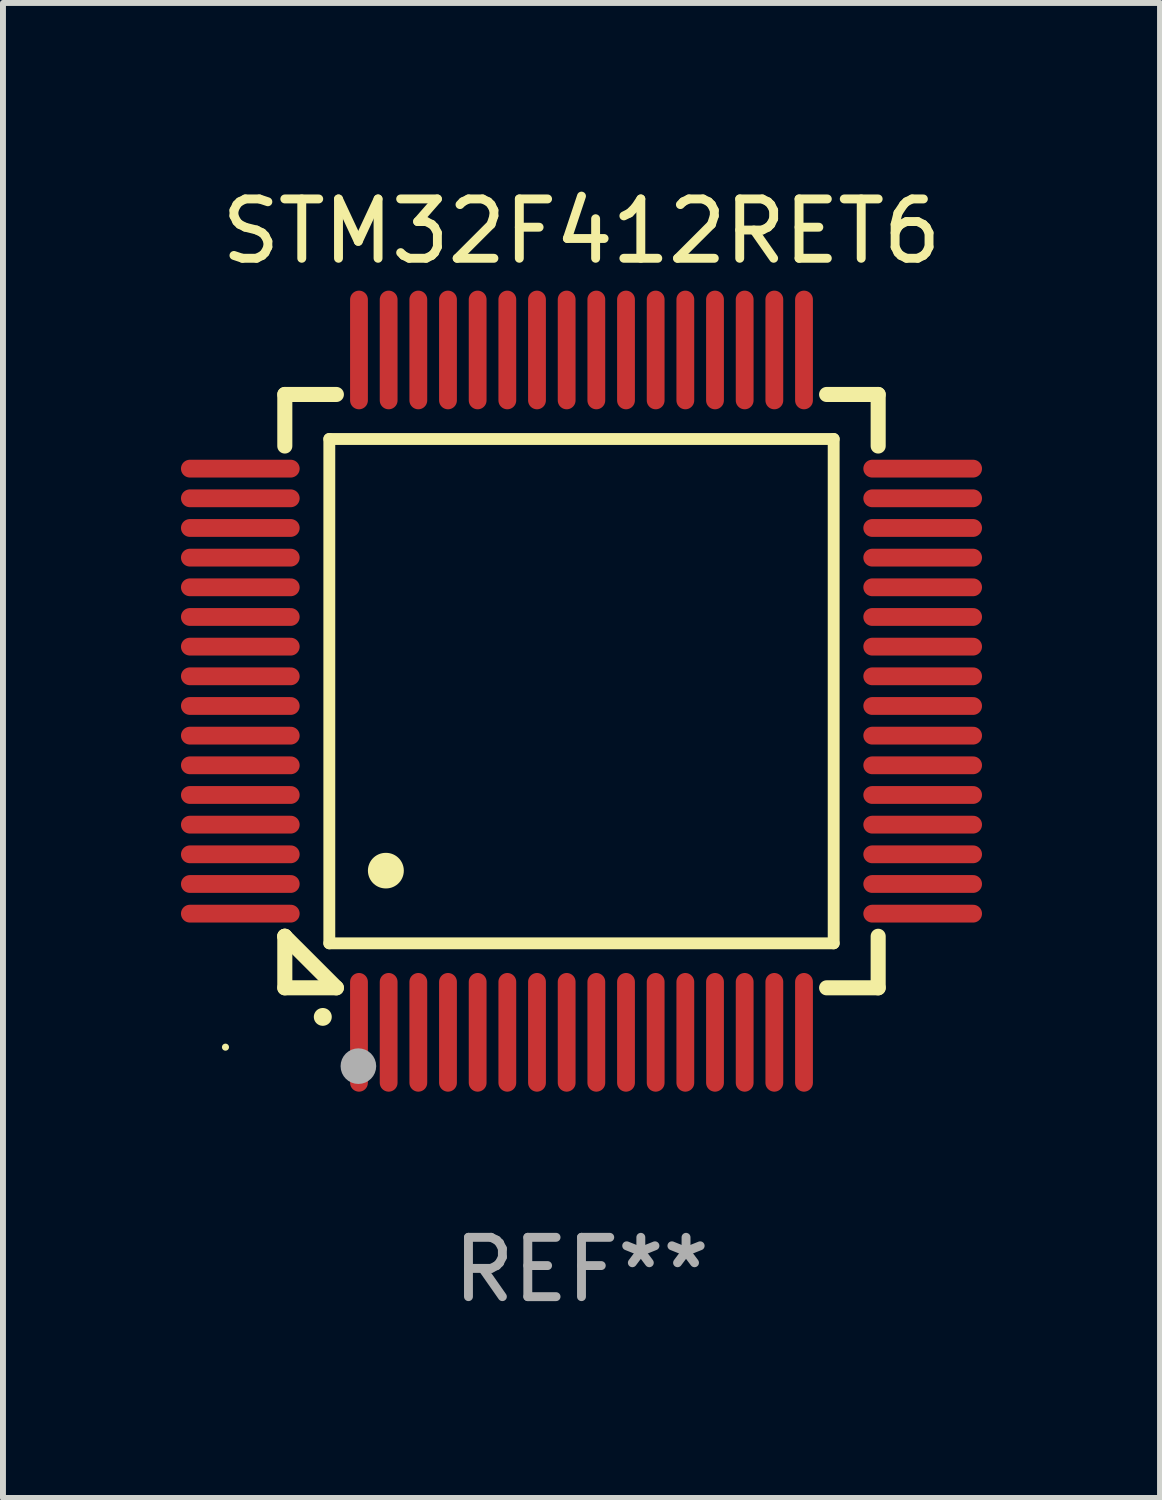
<source format=kicad_pcb>
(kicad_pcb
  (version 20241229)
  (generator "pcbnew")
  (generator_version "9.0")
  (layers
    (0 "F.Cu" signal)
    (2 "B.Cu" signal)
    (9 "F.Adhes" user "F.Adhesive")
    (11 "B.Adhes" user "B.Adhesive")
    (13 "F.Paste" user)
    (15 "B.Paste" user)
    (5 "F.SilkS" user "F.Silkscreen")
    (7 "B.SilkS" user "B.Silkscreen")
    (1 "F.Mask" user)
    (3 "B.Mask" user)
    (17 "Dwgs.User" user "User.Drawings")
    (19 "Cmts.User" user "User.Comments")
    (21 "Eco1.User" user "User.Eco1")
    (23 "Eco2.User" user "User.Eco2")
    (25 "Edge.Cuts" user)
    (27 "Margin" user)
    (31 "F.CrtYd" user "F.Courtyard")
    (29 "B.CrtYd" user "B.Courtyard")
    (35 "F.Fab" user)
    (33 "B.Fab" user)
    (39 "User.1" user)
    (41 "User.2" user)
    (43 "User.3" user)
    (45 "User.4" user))
  (footprint "STM32F412RET6"
    (layer "F.Cu")
    (at 6.75 8.598)
    (property "Reference" "STM32F412RET6" (at 0 -7.75 0) (layer "F.SilkS") (effects (font (size 1 1) (thickness 0.15))))
    (attr through_hole)
    (fp_line (start -5 -5) (end -4.131 -5) (stroke (width 0.254) (type solid)) (layer "F.SilkS"))
    (fp_line (start -5 -4.131) (end -5 -5) (stroke (width 0.254) (type solid)) (layer "F.SilkS"))
    (fp_line (start -5 4.131) (end -5 4.131) (stroke (width 0.254) (type solid)) (layer "F.SilkS"))
    (fp_line (start -5 5) (end -5 4.131) (stroke (width 0.254) (type solid)) (layer "F.SilkS"))
    (fp_line (start -5 4.131) (end -4.131 5) (stroke (width 0.254) (type solid)) (layer "F.SilkS"))
    (fp_line (start -4.25 -4.25) (end -4.25 4.25) (stroke (width 0.2) (type solid)) (layer "F.SilkS"))
    (fp_line (start -4.25 4.25) (end 4.25 4.25) (stroke (width 0.2) (type solid)) (layer "F.SilkS"))
    (fp_line (start -4.131 5) (end -5 5) (stroke (width 0.254) (type solid)) (layer "F.SilkS"))
    (fp_line (start 4.25 -4.25) (end -4.25 -4.25) (stroke (width 0.2) (type solid)) (layer "F.SilkS"))
    (fp_line (start 4.25 4.25) (end 4.25 -4.25) (stroke (width 0.2) (type solid)) (layer "F.SilkS"))
    (fp_line (start 5 -5) (end 4.131 -5) (stroke (width 0.254) (type solid)) (layer "F.SilkS"))
    (fp_line (start 5 -5) (end 5 -4.131) (stroke (width 0.254) (type solid)) (layer "F.SilkS"))
    (fp_line (start 5 4.131) (end 5 5) (stroke (width 0.254) (type solid)) (layer "F.SilkS"))
    (fp_line (start 5 5) (end 4.131 5) (stroke (width 0.254) (type solid)) (layer "F.SilkS"))
    (fp_arc (start -4.361265 5.489992) (mid -4.359995 5.489987) (end -4.358725 5.489992) (stroke (width 0.3) (type solid)) (layer "F.SilkS"))
    (fp_arc (start -3.299467 3.025146) (mid -3.296927 3.025135) (end -3.294387 3.025146) (stroke (width 0.6) (type solid)) (layer "F.SilkS"))
    (fp_circle (center -6 6) (end -5.97 6) (stroke (width 0.06) (type solid)) (fill no) (layer "F.SilkS"))
    (fp_circle (center -3.76 6.32) (end -3.61 6.32) (stroke (width 0.3) (type solid)) (fill no) (layer "F.Fab"))
    (fp_text user "REF**" (at 0 9.75 0) (layer "F.Fab") (effects (font (size 1 1) (thickness 0.15))))
    (pad "1" smd oval (at -3.75 5.75) (size 0.3 2) (layers "F.Cu" "F.Mask" "F.Paste"))
    (pad "2" smd oval (at -3.25 5.75) (size 0.3 2) (layers "F.Cu" "F.Mask" "F.Paste"))
    (pad "3" smd oval (at -2.75 5.75) (size 0.3 2) (layers "F.Cu" "F.Mask" "F.Paste"))
    (pad "4" smd oval (at -2.25 5.75) (size 0.3 2) (layers "F.Cu" "F.Mask" "F.Paste"))
    (pad "5" smd oval (at -1.75 5.75) (size 0.3 2) (layers "F.Cu" "F.Mask" "F.Paste"))
    (pad "6" smd oval (at -1.25 5.75) (size 0.3 2) (layers "F.Cu" "F.Mask" "F.Paste"))
    (pad "7" smd oval (at -0.75 5.75) (size 0.3 2) (layers "F.Cu" "F.Mask" "F.Paste"))
    (pad "8" smd oval (at -0.25 5.75) (size 0.3 2) (layers "F.Cu" "F.Mask" "F.Paste"))
    (pad "9" smd oval (at 0.25 5.75) (size 0.3 2) (layers "F.Cu" "F.Mask" "F.Paste"))
    (pad "10" smd oval (at 0.75 5.75) (size 0.3 2) (layers "F.Cu" "F.Mask" "F.Paste"))
    (pad "11" smd oval (at 1.25 5.75) (size 0.3 2) (layers "F.Cu" "F.Mask" "F.Paste"))
    (pad "12" smd oval (at 1.75 5.75) (size 0.3 2) (layers "F.Cu" "F.Mask" "F.Paste"))
    (pad "13" smd oval (at 2.25 5.75) (size 0.3 2) (layers "F.Cu" "F.Mask" "F.Paste"))
    (pad "14" smd oval (at 2.75 5.75) (size 0.3 2) (layers "F.Cu" "F.Mask" "F.Paste"))
    (pad "15" smd oval (at 3.25 5.75) (size 0.3 2) (layers "F.Cu" "F.Mask" "F.Paste"))
    (pad "16" smd oval (at 3.75 5.75) (size 0.3 2) (layers "F.Cu" "F.Mask" "F.Paste"))
    (pad "17" smd oval (at 5.75 3.75) (size 2 0.3) (layers "F.Cu" "F.Mask" "F.Paste"))
    (pad "18" smd oval (at 5.75 3.25) (size 2 0.3) (layers "F.Cu" "F.Mask" "F.Paste"))
    (pad "19" smd oval (at 5.75 2.75) (size 2 0.3) (layers "F.Cu" "F.Mask" "F.Paste"))
    (pad "20" smd oval (at 5.75 2.25) (size 2 0.3) (layers "F.Cu" "F.Mask" "F.Paste"))
    (pad "21" smd oval (at 5.75 1.75) (size 2 0.3) (layers "F.Cu" "F.Mask" "F.Paste"))
    (pad "22" smd oval (at 5.75 1.25) (size 2 0.3) (layers "F.Cu" "F.Mask" "F.Paste"))
    (pad "23" smd oval (at 5.75 0.75) (size 2 0.3) (layers "F.Cu" "F.Mask" "F.Paste"))
    (pad "24" smd oval (at 5.75 0.25) (size 2 0.3) (layers "F.Cu" "F.Mask" "F.Paste"))
    (pad "25" smd oval (at 5.75 -0.25) (size 2 0.3) (layers "F.Cu" "F.Mask" "F.Paste"))
    (pad "26" smd oval (at 5.75 -0.75) (size 2 0.3) (layers "F.Cu" "F.Mask" "F.Paste"))
    (pad "27" smd oval (at 5.75 -1.25) (size 2 0.3) (layers "F.Cu" "F.Mask" "F.Paste"))
    (pad "28" smd oval (at 5.75 -1.75) (size 2 0.3) (layers "F.Cu" "F.Mask" "F.Paste"))
    (pad "29" smd oval (at 5.75 -2.25) (size 2 0.3) (layers "F.Cu" "F.Mask" "F.Paste"))
    (pad "30" smd oval (at 5.75 -2.75) (size 2 0.3) (layers "F.Cu" "F.Mask" "F.Paste"))
    (pad "31" smd oval (at 5.75 -3.25) (size 2 0.3) (layers "F.Cu" "F.Mask" "F.Paste"))
    (pad "32" smd oval (at 5.75 -3.75) (size 2 0.3) (layers "F.Cu" "F.Mask" "F.Paste"))
    (pad "33" smd oval (at 3.75 -5.75) (size 0.3 2) (layers "F.Cu" "F.Mask" "F.Paste"))
    (pad "34" smd oval (at 3.25 -5.75) (size 0.3 2) (layers "F.Cu" "F.Mask" "F.Paste"))
    (pad "35" smd oval (at 2.75 -5.75) (size 0.3 2) (layers "F.Cu" "F.Mask" "F.Paste"))
    (pad "36" smd oval (at 2.25 -5.75) (size 0.3 2) (layers "F.Cu" "F.Mask" "F.Paste"))
    (pad "37" smd oval (at 1.75 -5.75) (size 0.3 2) (layers "F.Cu" "F.Mask" "F.Paste"))
    (pad "38" smd oval (at 1.25 -5.75) (size 0.3 2) (layers "F.Cu" "F.Mask" "F.Paste"))
    (pad "39" smd oval (at 0.75 -5.75) (size 0.3 2) (layers "F.Cu" "F.Mask" "F.Paste"))
    (pad "40" smd oval (at 0.25 -5.75) (size 0.3 2) (layers "F.Cu" "F.Mask" "F.Paste"))
    (pad "41" smd oval (at -0.25 -5.75) (size 0.3 2) (layers "F.Cu" "F.Mask" "F.Paste"))
    (pad "42" smd oval (at -0.75 -5.75) (size 0.3 2) (layers "F.Cu" "F.Mask" "F.Paste"))
    (pad "43" smd oval (at -1.25 -5.75) (size 0.3 2) (layers "F.Cu" "F.Mask" "F.Paste"))
    (pad "44" smd oval (at -1.75 -5.75) (size 0.3 2) (layers "F.Cu" "F.Mask" "F.Paste"))
    (pad "45" smd oval (at -2.25 -5.75) (size 0.3 2) (layers "F.Cu" "F.Mask" "F.Paste"))
    (pad "46" smd oval (at -2.75 -5.75) (size 0.3 2) (layers "F.Cu" "F.Mask" "F.Paste"))
    (pad "47" smd oval (at -3.25 -5.75) (size 0.3 2) (layers "F.Cu" "F.Mask" "F.Paste"))
    (pad "48" smd oval (at -3.75 -5.75) (size 0.3 2) (layers "F.Cu" "F.Mask" "F.Paste"))
    (pad "49" smd oval (at -5.75 -3.75) (size 2 0.3) (layers "F.Cu" "F.Mask" "F.Paste"))
    (pad "50" smd oval (at -5.75 -3.25) (size 2 0.3) (layers "F.Cu" "F.Mask" "F.Paste"))
    (pad "51" smd oval (at -5.75 -2.75) (size 2 0.3) (layers "F.Cu" "F.Mask" "F.Paste"))
    (pad "52" smd oval (at -5.75 -2.25) (size 2 0.3) (layers "F.Cu" "F.Mask" "F.Paste"))
    (pad "53" smd oval (at -5.75 -1.75) (size 2 0.3) (layers "F.Cu" "F.Mask" "F.Paste"))
    (pad "54" smd oval (at -5.75 -1.25) (size 2 0.3) (layers "F.Cu" "F.Mask" "F.Paste"))
    (pad "55" smd oval (at -5.75 -0.75) (size 2 0.3) (layers "F.Cu" "F.Mask" "F.Paste"))
    (pad "56" smd oval (at -5.75 -0.25) (size 2 0.3) (layers "F.Cu" "F.Mask" "F.Paste"))
    (pad "57" smd oval (at -5.75 0.25) (size 2 0.3) (layers "F.Cu" "F.Mask" "F.Paste"))
    (pad "58" smd oval (at -5.75 0.75) (size 2 0.3) (layers "F.Cu" "F.Mask" "F.Paste"))
    (pad "59" smd oval (at -5.75 1.25) (size 2 0.3) (layers "F.Cu" "F.Mask" "F.Paste"))
    (pad "60" smd oval (at -5.75 1.75) (size 2 0.3) (layers "F.Cu" "F.Mask" "F.Paste"))
    (pad "61" smd oval (at -5.75 2.25) (size 2 0.3) (layers "F.Cu" "F.Mask" "F.Paste"))
    (pad "62" smd oval (at -5.75 2.75) (size 2 0.3) (layers "F.Cu" "F.Mask" "F.Paste"))
    (pad "63" smd oval (at -5.75 3.25) (size 2 0.3) (layers "F.Cu" "F.Mask" "F.Paste"))
    (pad "64" smd oval (at -5.75 3.75) (size 2 0.3) (layers "F.Cu" "F.Mask" "F.Paste")))
  (gr_rect
    (start -3 -3)
    (end 16.5 22.196)
    (stroke (width 0.1) (type default))
    (fill no)
    (layer "Edge.Cuts")))
</source>
